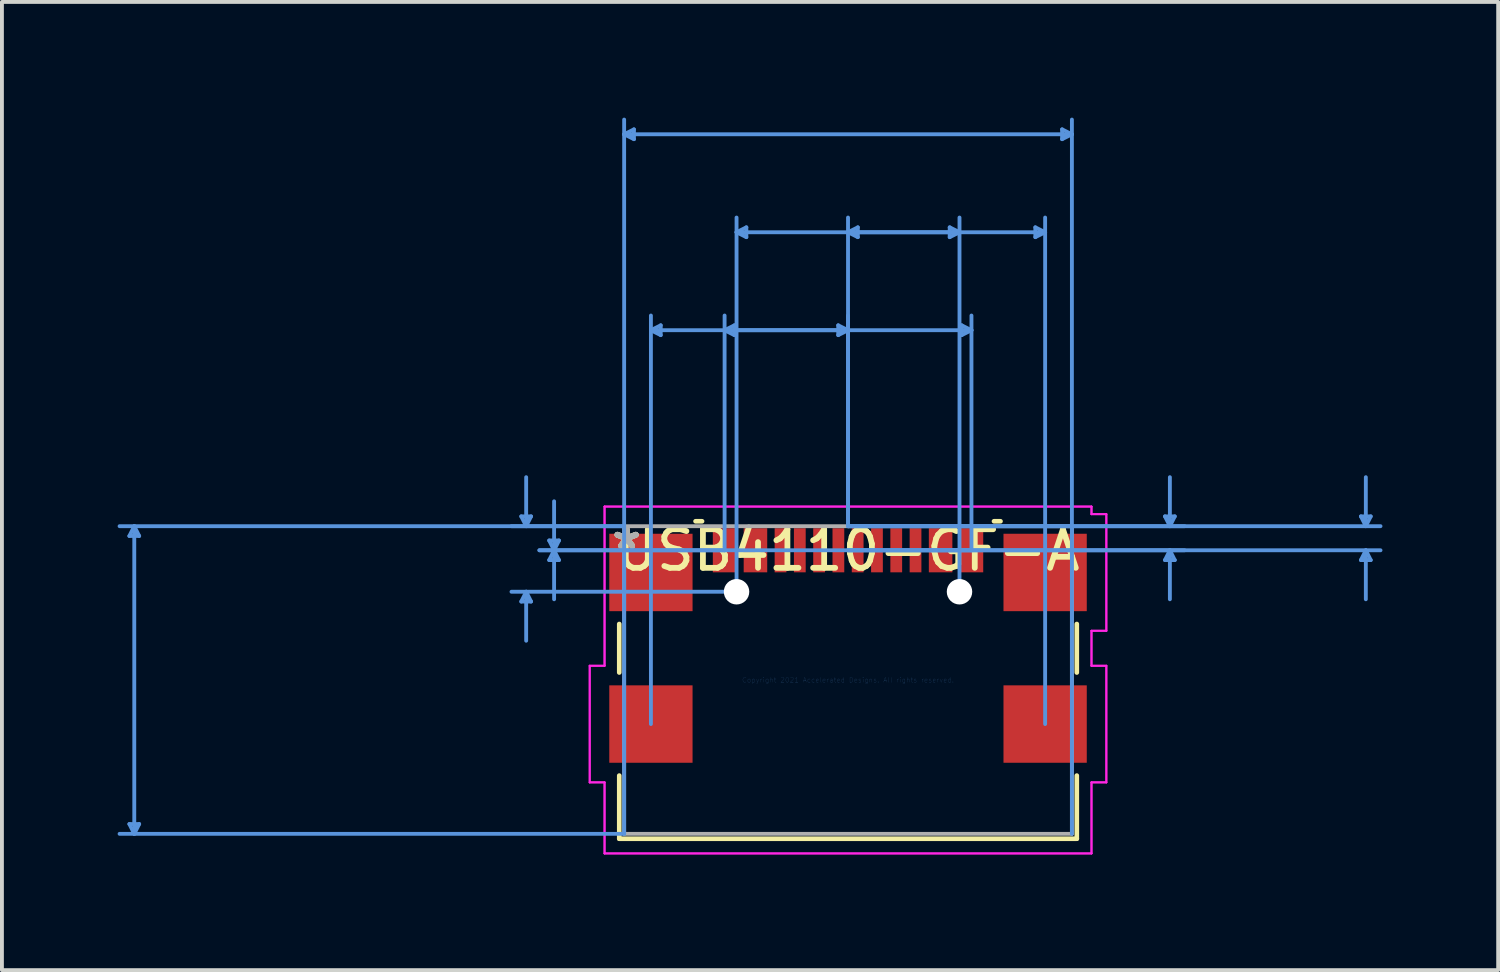
<source format=kicad_pcb>
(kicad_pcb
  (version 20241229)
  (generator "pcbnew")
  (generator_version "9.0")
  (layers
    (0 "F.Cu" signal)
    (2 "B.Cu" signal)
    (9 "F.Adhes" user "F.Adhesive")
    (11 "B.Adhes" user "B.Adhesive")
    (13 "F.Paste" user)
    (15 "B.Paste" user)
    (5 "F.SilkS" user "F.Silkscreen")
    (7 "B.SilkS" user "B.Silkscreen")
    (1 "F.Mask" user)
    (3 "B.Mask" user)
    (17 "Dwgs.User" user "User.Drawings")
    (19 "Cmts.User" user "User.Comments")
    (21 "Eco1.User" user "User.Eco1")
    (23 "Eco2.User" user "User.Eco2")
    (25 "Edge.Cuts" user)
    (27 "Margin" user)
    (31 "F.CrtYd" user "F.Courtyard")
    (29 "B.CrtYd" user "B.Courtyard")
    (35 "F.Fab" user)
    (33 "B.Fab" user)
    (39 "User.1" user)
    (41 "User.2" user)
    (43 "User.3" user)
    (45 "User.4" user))
  (footprint "USB4110-GF-A"
    (layer "F.Cu")
    (at 18.935 14.579)
    (property "Reference" "USB4110-GF-A" (at 0 -3.363 0) (layer "F.SilkS") (effects (font (size 1 1) (thickness 0.15))))
    (attr through_hole)
    (fp_line (start -5.931 -1.452) (end -5.931 -0.194) (stroke (width 0.12) (type solid)) (layer "F.SilkS"))
    (fp_line (start -5.931 2.478) (end -5.931 4.115) (stroke (width 0.12) (type solid)) (layer "F.SilkS"))
    (fp_line (start -5.931 4.115) (end 5.931 4.115) (stroke (width 0.12) (type solid)) (layer "F.SilkS"))
    (fp_line (start -3.784 -4.115) (end -3.953 -4.115) (stroke (width 0.12) (type solid)) (layer "F.SilkS"))
    (fp_line (start 3.953 -4.115) (end 3.784 -4.115) (stroke (width 0.12) (type solid)) (layer "F.SilkS"))
    (fp_line (start 5.931 -0.194) (end 5.931 -1.452) (stroke (width 0.12) (type solid)) (layer "F.SilkS"))
    (fp_line (start 5.931 4.115) (end 5.931 2.478) (stroke (width 0.12) (type solid)) (layer "F.SilkS"))
    (fp_line (start -18.631 -3.734) (end -18.377 -3.734) (stroke (width 0.1) (type solid)) (layer "Cmts.User"))
    (fp_line (start -18.631 3.734) (end -18.377 3.734) (stroke (width 0.1) (type solid)) (layer "Cmts.User"))
    (fp_line (start -18.504 -3.988) (end -18.631 -3.734) (stroke (width 0.1) (type solid)) (layer "Cmts.User"))
    (fp_line (start -18.504 -3.988) (end -18.504 3.988) (stroke (width 0.1) (type solid)) (layer "Cmts.User"))
    (fp_line (start -18.504 -3.988) (end -18.377 -3.734) (stroke (width 0.1) (type solid)) (layer "Cmts.User"))
    (fp_line (start -18.504 3.988) (end -18.631 3.734) (stroke (width 0.1) (type solid)) (layer "Cmts.User"))
    (fp_line (start -18.504 3.988) (end -18.377 3.734) (stroke (width 0.1) (type solid)) (layer "Cmts.User"))
    (fp_line (start -8.471 -4.242) (end -8.217 -4.242) (stroke (width 0.1) (type solid)) (layer "Cmts.User"))
    (fp_line (start -8.471 -2.034) (end -8.217 -2.034) (stroke (width 0.1) (type solid)) (layer "Cmts.User"))
    (fp_line (start -8.344 -3.988) (end -8.471 -4.242) (stroke (width 0.1) (type solid)) (layer "Cmts.User"))
    (fp_line (start -8.344 -3.988) (end -8.344 -5.258) (stroke (width 0.1) (type solid)) (layer "Cmts.User"))
    (fp_line (start -8.344 -3.988) (end -8.217 -4.242) (stroke (width 0.1) (type solid)) (layer "Cmts.User"))
    (fp_line (start -8.344 -2.288) (end -8.471 -2.034) (stroke (width 0.1) (type solid)) (layer "Cmts.User"))
    (fp_line (start -8.344 -2.288) (end -8.344 -1.018) (stroke (width 0.1) (type solid)) (layer "Cmts.User"))
    (fp_line (start -8.344 -2.288) (end -8.217 -2.034) (stroke (width 0.1) (type solid)) (layer "Cmts.User"))
    (fp_line (start -7.747 -3.617) (end -7.493 -3.617) (stroke (width 0.1) (type solid)) (layer "Cmts.User"))
    (fp_line (start -7.747 -3.109) (end -7.493 -3.109) (stroke (width 0.1) (type solid)) (layer "Cmts.User"))
    (fp_line (start -7.62 -3.363) (end -7.747 -3.617) (stroke (width 0.1) (type solid)) (layer "Cmts.User"))
    (fp_line (start -7.62 -3.363) (end -7.747 -3.109) (stroke (width 0.1) (type solid)) (layer "Cmts.User"))
    (fp_line (start -7.62 -3.363) (end -7.62 -4.633) (stroke (width 0.1) (type solid)) (layer "Cmts.User"))
    (fp_line (start -7.62 -3.363) (end -7.62 -2.093) (stroke (width 0.1) (type solid)) (layer "Cmts.User"))
    (fp_line (start -7.62 -3.363) (end -7.493 -3.617) (stroke (width 0.1) (type solid)) (layer "Cmts.User"))
    (fp_line (start -7.62 -3.363) (end -7.493 -3.109) (stroke (width 0.1) (type solid)) (layer "Cmts.User"))
    (fp_line (start -5.804 -14.148) (end -5.55 -14.275) (stroke (width 0.1) (type solid)) (layer "Cmts.User"))
    (fp_line (start -5.804 -14.148) (end -5.55 -14.021) (stroke (width 0.1) (type solid)) (layer "Cmts.User"))
    (fp_line (start -5.804 -14.148) (end 5.804 -14.148) (stroke (width 0.1) (type solid)) (layer "Cmts.User"))
    (fp_line (start -5.804 -3.988) (end -18.885 -3.988) (stroke (width 0.1) (type solid)) (layer "Cmts.User"))
    (fp_line (start -5.804 -3.988) (end -8.725 -3.988) (stroke (width 0.1) (type solid)) (layer "Cmts.User"))
    (fp_line (start -5.804 3.988) (end -18.885 3.988) (stroke (width 0.1) (type solid)) (layer "Cmts.User"))
    (fp_line (start -5.804 3.988) (end -5.804 -14.529) (stroke (width 0.1) (type solid)) (layer "Cmts.User"))
    (fp_line (start -5.55 -14.275) (end -5.55 -14.021) (stroke (width 0.1) (type solid)) (layer "Cmts.User"))
    (fp_line (start -5.11 -9.068) (end -4.856 -9.195) (stroke (width 0.1) (type solid)) (layer "Cmts.User"))
    (fp_line (start -5.11 -9.068) (end -4.856 -8.941) (stroke (width 0.1) (type solid)) (layer "Cmts.User"))
    (fp_line (start -5.11 -9.068) (end 0 -9.068) (stroke (width 0.1) (type solid)) (layer "Cmts.User"))
    (fp_line (start -5.11 1.142) (end -5.11 -9.449) (stroke (width 0.1) (type solid)) (layer "Cmts.User"))
    (fp_line (start -4.856 -9.195) (end -4.856 -8.941) (stroke (width 0.1) (type solid)) (layer "Cmts.User"))
    (fp_line (start -3.2 -9.068) (end -2.946 -9.195) (stroke (width 0.1) (type solid)) (layer "Cmts.User"))
    (fp_line (start -3.2 -9.068) (end -2.946 -8.941) (stroke (width 0.1) (type solid)) (layer "Cmts.User"))
    (fp_line (start -3.2 -9.068) (end 3.2 -9.068) (stroke (width 0.1) (type solid)) (layer "Cmts.User"))
    (fp_line (start -3.2 -3.363) (end -8.001 -3.363) (stroke (width 0.1) (type solid)) (layer "Cmts.User"))
    (fp_line (start -3.2 -3.363) (end -3.2 -9.449) (stroke (width 0.1) (type solid)) (layer "Cmts.User"))
    (fp_line (start -2.946 -9.195) (end -2.946 -8.941) (stroke (width 0.1) (type solid)) (layer "Cmts.User"))
    (fp_line (start -2.89 -11.608) (end -2.636 -11.735) (stroke (width 0.1) (type solid)) (layer "Cmts.User"))
    (fp_line (start -2.89 -11.608) (end -2.636 -11.481) (stroke (width 0.1) (type solid)) (layer "Cmts.User"))
    (fp_line (start -2.89 -11.608) (end 2.89 -11.608) (stroke (width 0.1) (type solid)) (layer "Cmts.User"))
    (fp_line (start -2.89 -2.288) (end -8.725 -2.288) (stroke (width 0.1) (type solid)) (layer "Cmts.User"))
    (fp_line (start -2.89 -2.288) (end -2.89 -11.989) (stroke (width 0.1) (type solid)) (layer "Cmts.User"))
    (fp_line (start -2.636 -11.735) (end -2.636 -11.481) (stroke (width 0.1) (type solid)) (layer "Cmts.User"))
    (fp_line (start -0.254 -9.195) (end -0.254 -8.941) (stroke (width 0.1) (type solid)) (layer "Cmts.User"))
    (fp_line (start 0 -11.608) (end 0.254 -11.735) (stroke (width 0.1) (type solid)) (layer "Cmts.User"))
    (fp_line (start 0 -11.608) (end 0.254 -11.481) (stroke (width 0.1) (type solid)) (layer "Cmts.User"))
    (fp_line (start 0 -11.608) (end 5.11 -11.608) (stroke (width 0.1) (type solid)) (layer "Cmts.User"))
    (fp_line (start 0 -9.068) (end -0.254 -9.195) (stroke (width 0.1) (type solid)) (layer "Cmts.User"))
    (fp_line (start 0 -9.068) (end -0.254 -8.941) (stroke (width 0.1) (type solid)) (layer "Cmts.User"))
    (fp_line (start 0 -3.988) (end 0 -11.989) (stroke (width 0.1) (type solid)) (layer "Cmts.User"))
    (fp_line (start 0 -3.988) (end 0 -9.449) (stroke (width 0.1) (type solid)) (layer "Cmts.User"))
    (fp_line (start 0 -3.988) (end 8.725 -3.988) (stroke (width 0.1) (type solid)) (layer "Cmts.User"))
    (fp_line (start 0 -3.988) (end 13.805 -3.988) (stroke (width 0.1) (type solid)) (layer "Cmts.User"))
    (fp_line (start 0 -3.363) (end 8.725 -3.363) (stroke (width 0.1) (type solid)) (layer "Cmts.User"))
    (fp_line (start 0 -3.363) (end 13.805 -3.363) (stroke (width 0.1) (type solid)) (layer "Cmts.User"))
    (fp_line (start 0.254 -11.735) (end 0.254 -11.481) (stroke (width 0.1) (type solid)) (layer "Cmts.User"))
    (fp_line (start 2.636 -11.735) (end 2.636 -11.481) (stroke (width 0.1) (type solid)) (layer "Cmts.User"))
    (fp_line (start 2.89 -11.608) (end 2.636 -11.735) (stroke (width 0.1) (type solid)) (layer "Cmts.User"))
    (fp_line (start 2.89 -11.608) (end 2.636 -11.481) (stroke (width 0.1) (type solid)) (layer "Cmts.User"))
    (fp_line (start 2.89 -2.288) (end 2.89 -11.989) (stroke (width 0.1) (type solid)) (layer "Cmts.User"))
    (fp_line (start 2.946 -9.195) (end 2.946 -8.941) (stroke (width 0.1) (type solid)) (layer "Cmts.User"))
    (fp_line (start 3.2 -9.068) (end 2.946 -9.195) (stroke (width 0.1) (type solid)) (layer "Cmts.User"))
    (fp_line (start 3.2 -9.068) (end 2.946 -8.941) (stroke (width 0.1) (type solid)) (layer "Cmts.User"))
    (fp_line (start 3.2 -3.363) (end -8.001 -3.363) (stroke (width 0.1) (type solid)) (layer "Cmts.User"))
    (fp_line (start 3.2 -3.363) (end 3.2 -9.449) (stroke (width 0.1) (type solid)) (layer "Cmts.User"))
    (fp_line (start 4.856 -11.735) (end 4.856 -11.481) (stroke (width 0.1) (type solid)) (layer "Cmts.User"))
    (fp_line (start 5.11 -11.608) (end 4.856 -11.735) (stroke (width 0.1) (type solid)) (layer "Cmts.User"))
    (fp_line (start 5.11 -11.608) (end 4.856 -11.481) (stroke (width 0.1) (type solid)) (layer "Cmts.User"))
    (fp_line (start 5.11 1.142) (end 5.11 -11.989) (stroke (width 0.1) (type solid)) (layer "Cmts.User"))
    (fp_line (start 5.55 -14.275) (end 5.55 -14.021) (stroke (width 0.1) (type solid)) (layer "Cmts.User"))
    (fp_line (start 5.804 -14.148) (end 5.55 -14.275) (stroke (width 0.1) (type solid)) (layer "Cmts.User"))
    (fp_line (start 5.804 -14.148) (end 5.55 -14.021) (stroke (width 0.1) (type solid)) (layer "Cmts.User"))
    (fp_line (start 5.804 3.988) (end 5.804 -14.529) (stroke (width 0.1) (type solid)) (layer "Cmts.User"))
    (fp_line (start 8.217 -4.242) (end 8.471 -4.242) (stroke (width 0.1) (type solid)) (layer "Cmts.User"))
    (fp_line (start 8.217 -3.109) (end 8.471 -3.109) (stroke (width 0.1) (type solid)) (layer "Cmts.User"))
    (fp_line (start 8.344 -3.988) (end 8.217 -4.242) (stroke (width 0.1) (type solid)) (layer "Cmts.User"))
    (fp_line (start 8.344 -3.988) (end 8.344 -5.258) (stroke (width 0.1) (type solid)) (layer "Cmts.User"))
    (fp_line (start 8.344 -3.988) (end 8.471 -4.242) (stroke (width 0.1) (type solid)) (layer "Cmts.User"))
    (fp_line (start 8.344 -3.363) (end 8.217 -3.109) (stroke (width 0.1) (type solid)) (layer "Cmts.User"))
    (fp_line (start 8.344 -3.363) (end 8.344 -2.093) (stroke (width 0.1) (type solid)) (layer "Cmts.User"))
    (fp_line (start 8.344 -3.363) (end 8.471 -3.109) (stroke (width 0.1) (type solid)) (layer "Cmts.User"))
    (fp_line (start 13.297 -4.242) (end 13.551 -4.242) (stroke (width 0.1) (type solid)) (layer "Cmts.User"))
    (fp_line (start 13.297 -3.109) (end 13.551 -3.109) (stroke (width 0.1) (type solid)) (layer "Cmts.User"))
    (fp_line (start 13.424 -3.988) (end 13.297 -4.242) (stroke (width 0.1) (type solid)) (layer "Cmts.User"))
    (fp_line (start 13.424 -3.988) (end 13.424 -5.258) (stroke (width 0.1) (type solid)) (layer "Cmts.User"))
    (fp_line (start 13.424 -3.988) (end 13.551 -4.242) (stroke (width 0.1) (type solid)) (layer "Cmts.User"))
    (fp_line (start 13.424 -3.363) (end 13.297 -3.109) (stroke (width 0.1) (type solid)) (layer "Cmts.User"))
    (fp_line (start 13.424 -3.363) (end 13.424 -2.093) (stroke (width 0.1) (type solid)) (layer "Cmts.User"))
    (fp_line (start 13.424 -3.363) (end 13.551 -3.109) (stroke (width 0.1) (type solid)) (layer "Cmts.User"))
    (fp_line (start -6.697 -0.369) (end -6.697 2.654) (stroke (width 0.05) (type solid)) (layer "F.CrtYd"))
    (fp_line (start -6.697 -0.369) (end -6.697 2.654) (stroke (width 0.05) (type solid)) (layer "F.CrtYd"))
    (fp_line (start -6.697 2.654) (end -6.312 2.654) (stroke (width 0.05) (type solid)) (layer "F.CrtYd"))
    (fp_line (start -6.697 2.654) (end -6.312 2.654) (stroke (width 0.05) (type solid)) (layer "F.CrtYd"))
    (fp_line (start -6.312 -4.496) (end -6.312 -0.369) (stroke (width 0.05) (type solid)) (layer "F.CrtYd"))
    (fp_line (start -6.312 -4.496) (end -6.312 -0.369) (stroke (width 0.05) (type solid)) (layer "F.CrtYd"))
    (fp_line (start -6.312 -0.369) (end -6.697 -0.369) (stroke (width 0.05) (type solid)) (layer "F.CrtYd"))
    (fp_line (start -6.312 -0.369) (end -6.697 -0.369) (stroke (width 0.05) (type solid)) (layer "F.CrtYd"))
    (fp_line (start -6.312 2.654) (end -6.312 4.496) (stroke (width 0.05) (type solid)) (layer "F.CrtYd"))
    (fp_line (start -6.312 2.654) (end -6.312 4.496) (stroke (width 0.05) (type solid)) (layer "F.CrtYd"))
    (fp_line (start -6.312 4.496) (end 6.312 4.496) (stroke (width 0.05) (type solid)) (layer "F.CrtYd"))
    (fp_line (start -6.312 4.496) (end 6.312 4.496) (stroke (width 0.05) (type solid)) (layer "F.CrtYd"))
    (fp_line (start 6.312 -4.496) (end -6.312 -4.496) (stroke (width 0.05) (type solid)) (layer "F.CrtYd"))
    (fp_line (start 6.312 -4.496) (end -6.312 -4.496) (stroke (width 0.05) (type solid)) (layer "F.CrtYd"))
    (fp_line (start 6.312 -4.299) (end 6.312 -4.496) (stroke (width 0.05) (type solid)) (layer "F.CrtYd"))
    (fp_line (start 6.312 -4.299) (end 6.312 -4.496) (stroke (width 0.05) (type solid)) (layer "F.CrtYd"))
    (fp_line (start 6.312 -1.276) (end 6.697 -1.276) (stroke (width 0.05) (type solid)) (layer "F.CrtYd"))
    (fp_line (start 6.312 -1.276) (end 6.697 -1.276) (stroke (width 0.05) (type solid)) (layer "F.CrtYd"))
    (fp_line (start 6.312 -0.369) (end 6.312 -1.276) (stroke (width 0.05) (type solid)) (layer "F.CrtYd"))
    (fp_line (start 6.312 -0.369) (end 6.312 -1.276) (stroke (width 0.05) (type solid)) (layer "F.CrtYd"))
    (fp_line (start 6.312 2.654) (end 6.697 2.654) (stroke (width 0.05) (type solid)) (layer "F.CrtYd"))
    (fp_line (start 6.312 2.654) (end 6.697 2.654) (stroke (width 0.05) (type solid)) (layer "F.CrtYd"))
    (fp_line (start 6.312 4.496) (end 6.312 2.654) (stroke (width 0.05) (type solid)) (layer "F.CrtYd"))
    (fp_line (start 6.312 4.496) (end 6.312 2.654) (stroke (width 0.05) (type solid)) (layer "F.CrtYd"))
    (fp_line (start 6.697 -4.299) (end 6.312 -4.299) (stroke (width 0.05) (type solid)) (layer "F.CrtYd"))
    (fp_line (start 6.697 -4.299) (end 6.312 -4.299) (stroke (width 0.05) (type solid)) (layer "F.CrtYd"))
    (fp_line (start 6.697 -1.276) (end 6.697 -4.299) (stroke (width 0.05) (type solid)) (layer "F.CrtYd"))
    (fp_line (start 6.697 -1.276) (end 6.697 -4.299) (stroke (width 0.05) (type solid)) (layer "F.CrtYd"))
    (fp_line (start 6.697 -0.369) (end 6.312 -0.369) (stroke (width 0.05) (type solid)) (layer "F.CrtYd"))
    (fp_line (start 6.697 -0.369) (end 6.312 -0.369) (stroke (width 0.05) (type solid)) (layer "F.CrtYd"))
    (fp_line (start 6.697 2.654) (end 6.697 -0.369) (stroke (width 0.05) (type solid)) (layer "F.CrtYd"))
    (fp_line (start 6.697 2.654) (end 6.697 -0.369) (stroke (width 0.05) (type solid)) (layer "F.CrtYd"))
    (fp_line (start -5.804 -3.988) (end -5.804 3.988) (stroke (width 0.1) (type solid)) (layer "F.Fab"))
    (fp_line (start -5.804 3.988) (end 5.804 3.988) (stroke (width 0.1) (type solid)) (layer "F.Fab"))
    (fp_line (start 0 -3.988) (end 0 -3.988) (stroke (width 0.1) (type solid)) (layer "F.Fab"))
    (fp_line (start 0 -3.988) (end 0 -3.988) (stroke (width 0.1) (type solid)) (layer "F.Fab"))
    (fp_line (start 0 -3.988) (end 0 -3.988) (stroke (width 0.1) (type solid)) (layer "F.Fab"))
    (fp_line (start 0 -3.988) (end 0 -3.988) (stroke (width 0.1) (type solid)) (layer "F.Fab"))
    (fp_line (start 5.804 -3.988) (end -5.804 -3.988) (stroke (width 0.1) (type solid)) (layer "F.Fab"))
    (fp_line (start 5.804 3.988) (end 5.804 -3.988) (stroke (width 0.1) (type solid)) (layer "F.Fab"))
    (fp_text user "*" (at -5.74 -3.363 0) (layer "F.SilkS") (effects (font (size 1 1) (thickness 0.15))))
    (fp_text user "*" (at -5.74 -3.363 0) (layer "F.SilkS") (effects (font (size 1 1) (thickness 0.15))))
    (fp_text user "Copyright 2021 Accelerated Designs. All rights reserved." (at 0 0 0) (layer "Cmts.User") (effects (font (size 0.127 0.127) (thickness 0.002))))
    (fp_text user "*" (at -5.74 -3.363 0) (layer "F.Fab") (effects (font (size 1 1) (thickness 0.15))))
    (fp_text user "*" (at -5.74 -3.363 0) (layer "F.Fab") (effects (font (size 1 1) (thickness 0.15))))
    (pad "" np_thru_hole circle (at -2.89 -2.288) (size 0.66 0.66) (drill 0.66) (layers "*.Cu" "*.Mask"))
    (pad "" np_thru_hole circle (at 2.89 -2.288) (size 0.66 0.66) (drill 0.66) (layers "*.Cu" "*.Mask"))
    (pad "15" smd rect (at -5.11 -2.788) (size 2.159 2.007) (layers "F.Cu" "F.Mask" "F.Paste"))
    (pad "16" smd rect (at 5.11 -2.788) (size 2.159 2.007) (layers "F.Cu" "F.Mask" "F.Paste"))
    (pad "17" smd rect (at -5.11 1.142) (size 2.159 2.007) (layers "F.Cu" "F.Mask" "F.Paste"))
    (pad "18" smd rect (at 5.11 1.142) (size 2.159 2.007) (layers "F.Cu" "F.Mask" "F.Paste"))
    (pad "A1-B12" smd rect (at -3.2 -3.363) (size 0.61 1.143) (layers "F.Cu" "F.Mask" "F.Paste"))
    (pad "A4-B9" smd rect (at -2.4 -3.363) (size 0.61 1.143) (layers "F.Cu" "F.Mask" "F.Paste"))
    (pad "A5" smd rect (at -1.25 -3.363) (size 0.305 1.143) (layers "F.Cu" "F.Mask" "F.Paste"))
    (pad "A6" smd rect (at -0.25 -3.363) (size 0.305 1.143) (layers "F.Cu" "F.Mask" "F.Paste"))
    (pad "A7" smd rect (at 0.25 -3.363) (size 0.305 1.143) (layers "F.Cu" "F.Mask" "F.Paste"))
    (pad "A8" smd rect (at 1.25 -3.363) (size 0.305 1.143) (layers "F.Cu" "F.Mask" "F.Paste"))
    (pad "A9-B4" smd rect (at 2.4 -3.363) (size 0.61 1.143) (layers "F.Cu" "F.Mask" "F.Paste"))
    (pad "A12-B1" smd rect (at 3.2 -3.363) (size 0.61 1.143) (layers "F.Cu" "F.Mask" "F.Paste"))
    (pad "B5" smd rect (at 1.75 -3.363) (size 0.305 1.143) (layers "F.Cu" "F.Mask" "F.Paste"))
    (pad "B6" smd rect (at 0.75 -3.363) (size 0.305 1.143) (layers "F.Cu" "F.Mask" "F.Paste"))
    (pad "B7" smd rect (at -0.75 -3.363) (size 0.305 1.143) (layers "F.Cu" "F.Mask" "F.Paste"))
    (pad "B8" smd rect (at -1.75 -3.363) (size 0.305 1.143) (layers "F.Cu" "F.Mask" "F.Paste")))
  (gr_rect
    (start -3 -3)
    (end 35.79 22.1)
    (stroke (width 0.1) (type default))
    (fill no)
    (layer "Edge.Cuts")))
</source>
